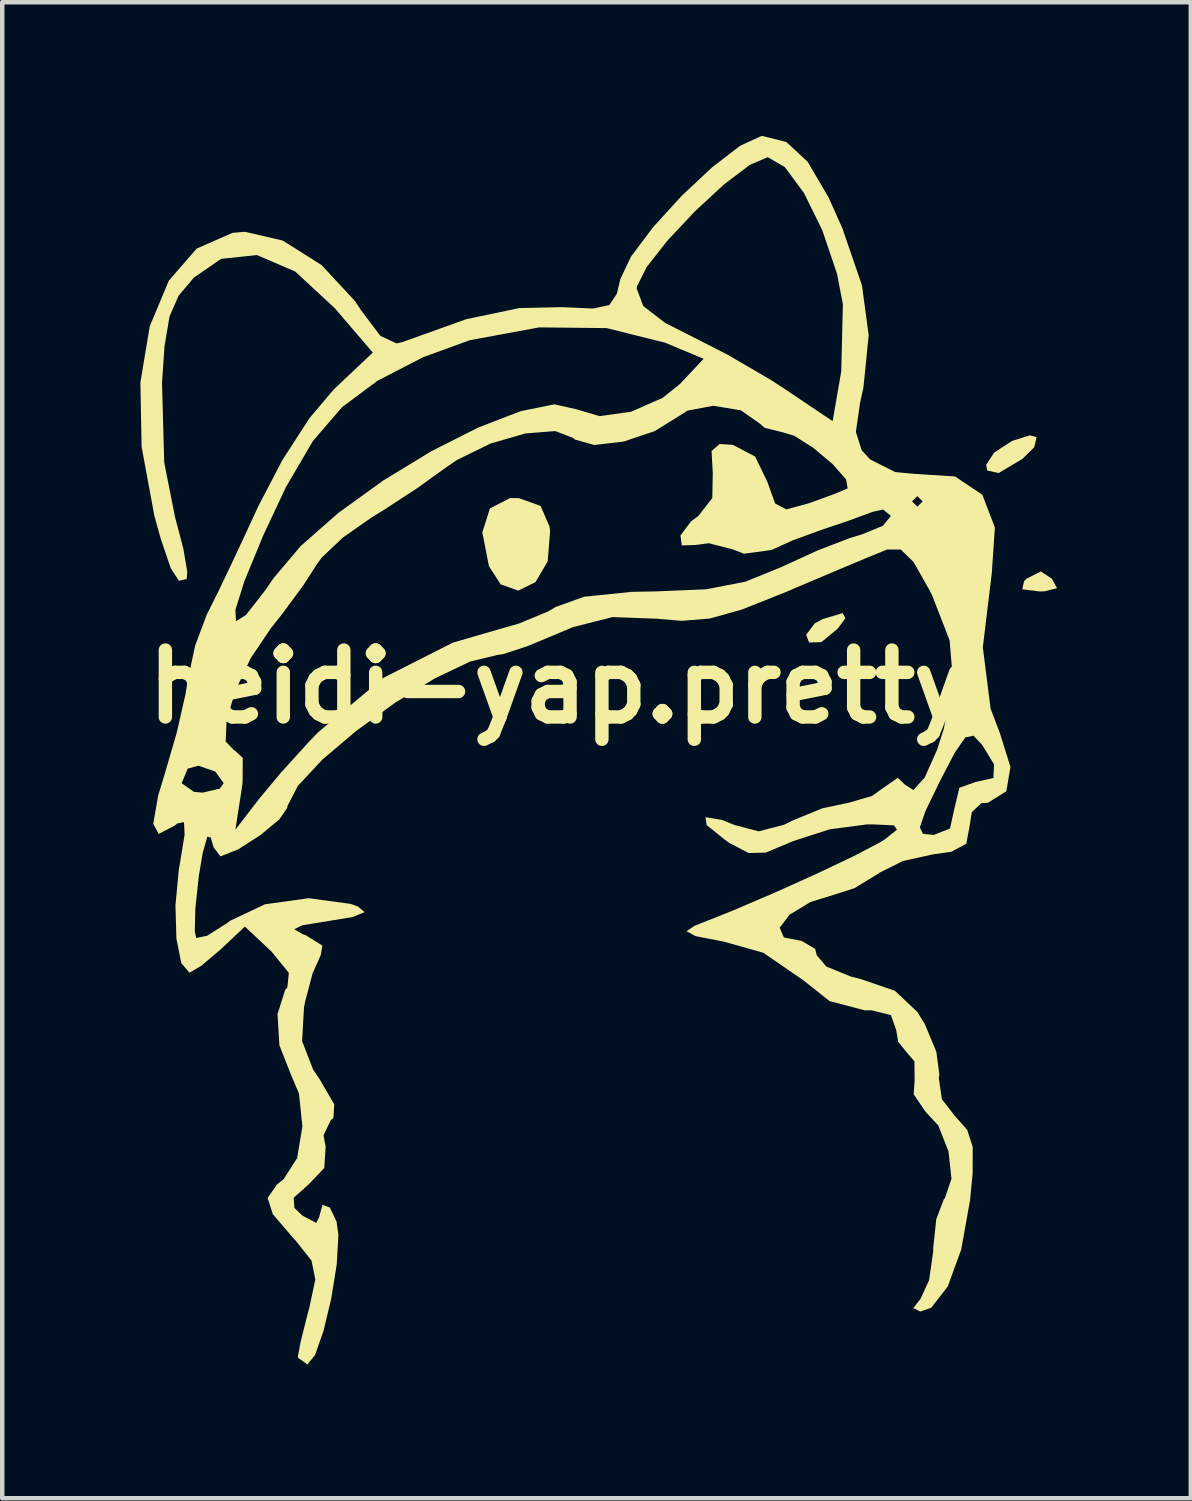
<source format=kicad_pcb>
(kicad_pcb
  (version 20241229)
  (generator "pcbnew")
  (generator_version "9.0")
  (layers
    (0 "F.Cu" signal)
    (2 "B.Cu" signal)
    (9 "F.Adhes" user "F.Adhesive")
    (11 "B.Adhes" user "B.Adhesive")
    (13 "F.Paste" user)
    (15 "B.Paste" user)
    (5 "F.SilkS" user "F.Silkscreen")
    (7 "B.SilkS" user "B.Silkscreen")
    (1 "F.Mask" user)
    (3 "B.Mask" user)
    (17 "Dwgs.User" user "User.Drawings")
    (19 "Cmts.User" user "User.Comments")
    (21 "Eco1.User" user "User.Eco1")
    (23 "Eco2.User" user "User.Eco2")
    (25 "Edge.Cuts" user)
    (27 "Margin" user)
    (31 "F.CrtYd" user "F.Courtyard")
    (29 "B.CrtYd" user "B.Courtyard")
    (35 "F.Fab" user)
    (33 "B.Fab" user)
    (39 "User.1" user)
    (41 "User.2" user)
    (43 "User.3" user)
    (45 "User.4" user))
  (footprint "heidi-yap.pretty"
    (layer "F.Cu")
    (at 9.443 12.344)
    (property "Reference" "heidi-yap.pretty" (at 0 0 0) (layer "F.SilkS") (effects (font (size 1.5 1.5) (thickness 0.3))))
    (attr board_only exclude_from_pos_files exclude_from_bom)
    (fp_poly (pts (xy 6.457 -1.537) (xy 6.291 -1.306) (xy 5.92 -1) (xy 5.643 -0.991) (xy 5.579 -1.162) (xy 5.768 -1.418) (xy 5.954 -1.518) (xy 6.398 -1.65)) (stroke (width 0) (type solid)) (fill yes) (layer "F.SilkS"))
    (fp_poly (pts (xy 11.086 -2.421) (xy 11.203 -2.209) (xy 10.915 -2.138) (xy 10.801 -2.136) (xy 10.424 -2.184) (xy 10.462 -2.363) (xy 10.516 -2.421) (xy 10.839 -2.584)) (stroke (width 0) (type solid)) (fill yes) (layer "F.SilkS"))
    (fp_poly (pts (xy 10.745 -5.595) (xy 10.691 -5.368) (xy 10.428 -5.109) (xy 9.894 -4.79) (xy 9.637 -4.847) (xy 9.614 -4.977) (xy 9.795 -5.25) (xy 10.193 -5.509) (xy 10.592 -5.635)) (stroke (width 0) (type solid)) (fill yes) (layer "F.SilkS"))
    (fp_poly (pts (xy -0.859 -4.226) (xy -0.375 -4.053) (xy -0.175 -3.593) (xy -0.161 -3.487) (xy -0.216 -2.809) (xy -0.489 -2.345) (xy -0.875 -2.154) (xy -1.271 -2.295) (xy -1.533 -2.704) (xy -1.681 -3.46) (xy -1.51 -3.997) (xy -1.058 -4.23)) (stroke (width 0) (type solid)) (fill yes) (layer "F.SilkS"))
    (fp_poly (pts (xy 5.136 -12.21) (xy 5.612 -11.768) (xy 6.087 -10.957) (xy 6.391 -10.274) (xy 6.829 -8.999) (xy 6.98 -7.88) (xy 6.863 -6.713) (xy 6.787 -6.362) (xy 6.693 -5.713) (xy 6.822 -5.302) (xy 7.011 -5.096) (xy 7.573 -4.812) (xy 7.993 -4.772) (xy 8.916 -4.713) (xy 9.528 -4.303) (xy 9.809 -3.57) (xy 9.74 -2.549) (xy 9.539 -0.883) (xy 9.713 0.494) (xy 9.917 1.027) (xy 10.158 1.797) (xy 10.066 2.343) (xy 9.656 2.6) (xy 9.507 2.611) (xy 9.291 2.811) (xy 9.239 3.145) (xy 9.168 3.519) (xy 8.833 3.7) (xy 8.427 3.757) (xy 7.747 3.907) (xy 7.232 4.164) (xy 7.213 4.18) (xy 6.66 4.516) (xy 6.339 4.62) (xy 5.676 4.826) (xy 5.205 5.112) (xy 4.985 5.402) (xy 5.078 5.621) (xy 5.474 5.697) (xy 5.78 5.876) (xy 5.816 6.02) (xy 6.031 6.273) (xy 6.588 6.5) (xy 6.805 6.554) (xy 7.569 6.817) (xy 8.07 7.29) (xy 8.238 7.561) (xy 8.497 8.184) (xy 8.565 8.699) (xy 8.551 8.767) (xy 8.621 9.247) (xy 8.916 9.627) (xy 9.19 9.936) (xy 9.312 10.316) (xy 9.31 10.916) (xy 9.253 11.506) (xy 9.055 12.614) (xy 8.753 13.444) (xy 8.382 13.921) (xy 8.137 14.006) (xy 7.982 13.929) (xy 8.142 13.721) (xy 8.334 13.304) (xy 8.426 12.664) (xy 8.427 12.581) (xy 8.495 11.939) (xy 8.662 11.496) (xy 8.688 11.465) (xy 8.836 11.033) (xy 8.77 10.419) (xy 8.541 9.836) (xy 8.254 9.527) (xy 7.989 9.137) (xy 8.01 8.825) (xy 8.006 8.397) (xy 7.869 8.241) (xy 7.642 7.96) (xy 7.597 7.696) (xy 7.479 7.362) (xy 7.047 7.254) (xy 6.891 7.254) (xy 6.103 7.047) (xy 5.513 6.579) (xy 4.617 5.963) (xy 3.726 5.713) (xy 3.097 5.59) (xy 2.896 5.481) (xy 3.077 5.36) (xy 3.086 5.356) (xy 3.919 5.025) (xy 4.879 4.614) (xy 5.837 4.182) (xy 6.663 3.789) (xy 7.227 3.493) (xy 7.342 3.421) (xy 7.615 3.203) (xy 7.577 3.151) (xy 8.127 3.151) (xy 8.195 3.297) (xy 8.437 3.323) (xy 8.803 3.179) (xy 8.902 2.73) (xy 9.013 2.265) (xy 9.377 2.136) (xy 9.776 2.046) (xy 9.791 1.742) (xy 9.528 1.31) (xy 9.33 1.098) (xy 9.148 1.135) (xy 8.907 1.484) (xy 8.588 2.096) (xy 8.254 2.784) (xy 8.127 3.151) (xy 7.577 3.151) (xy 7.546 3.108) (xy 7.073 3.086) (xy 6.945 3.086) (xy 6.109 3.196) (xy 5.282 3.462) (xy 5.245 3.479) (xy 4.675 3.718) (xy 4.29 3.728) (xy 3.861 3.505) (xy 3.792 3.46) (xy 3.347 3.1) (xy 3.323 2.925) (xy 3.695 2.987) (xy 3.972 3.1) (xy 4.515 3.242) (xy 5.084 3.094) (xy 5.296 2.99) (xy 5.938 2.727) (xy 6.482 2.611) (xy 6.499 2.611) (xy 7.055 2.449) (xy 7.323 2.257) (xy 7.633 2.042) (xy 7.796 2.198) (xy 7.982 2.317) (xy 8.236 2.035) (xy 8.514 1.413) (xy 8.662 0.95) (xy 8.872 -0.117) (xy 8.794 -1.039) (xy 8.404 -2.044) (xy 8.35 -2.153) (xy 7.987 -2.795) (xy 7.7 -3.075) (xy 7.398 -3.076) (xy 7.342 -3.055) (xy 6.911 -2.878) (xy 6.186 -2.574) (xy 5.308 -2.202) (xy 5.125 -2.123) (xy 4.143 -1.732) (xy 3.417 -1.528) (xy 2.782 -1.477) (xy 2.22 -1.525) (xy 1.239 -1.561) (xy 0.347 -1.335) (xy 0.017 -1.195) (xy -0.667 -0.91) (xy -1.199 -0.735) (xy -1.352 -0.71) (xy -1.956 -0.564) (xy -2.75 -0.184) (xy -3.634 0.358) (xy -4.506 0.989) (xy -5.267 1.634) (xy -5.815 2.222) (xy -6.051 2.677) (xy -6.053 2.716) (xy -6.234 2.977) (xy -6.66 3.329) (xy -7.152 3.645) (xy -7.533 3.797) (xy -7.556 3.798) (xy -7.703 3.603) (xy -7.769 3.383) (xy -7.845 3.36) (xy -7.949 3.726) (xy -8.036 4.241) (xy -8.114 4.969) (xy -8.127 5.483) (xy -8.095 5.633) (xy -7.852 5.583) (xy -7.41 5.304) (xy -7.339 5.249) (xy -6.553 4.877) (xy -5.572 4.741) (xy -4.629 4.869) (xy -4.47 4.926) (xy -4.32 5.052) (xy -4.58 5.161) (xy -5.104 5.248) (xy -5.713 5.347) (xy -5.898 5.436) (xy -5.709 5.547) (xy -5.633 5.574) (xy -5.266 5.804) (xy -5.305 6.023) (xy -5.484 6.421) (xy -5.653 7.057) (xy -5.678 7.187) (xy -5.721 7.944) (xy -5.476 8.578) (xy -5.319 8.814) (xy -5 9.363) (xy -5.019 9.668) (xy -5.078 9.717) (xy -5.24 10.054) (xy -5.193 10.316) (xy -5.224 10.788) (xy -5.56 11.143) (xy -5.91 11.457) (xy -5.893 11.685) (xy -5.716 11.854) (xy -5.405 12.02) (xy -5.341 11.898) (xy -5.264 11.614) (xy -5.099 11.675) (xy -4.948 11.991) (xy -4.907 12.285) (xy -4.944 12.947) (xy -5.067 13.712) (xy -5.24 14.438) (xy -5.43 14.979) (xy -5.602 15.193) (xy -5.602 15.193) (xy -5.812 15.044) (xy -5.815 15.014) (xy -5.755 14.69) (xy -5.609 14.104) (xy -5.559 13.919) (xy -5.424 13.287) (xy -5.51 12.864) (xy -5.869 12.412) (xy -5.916 12.363) (xy -6.378 11.823) (xy -6.494 11.461) (xy -6.282 11.156) (xy -6.135 11.04) (xy -5.833 10.568) (xy -5.714 9.858) (xy -5.792 9.116) (xy -5.981 8.671) (xy -6.23 8.037) (xy -6.272 7.338) (xy -6.101 6.798) (xy -6.05 6.739) (xy -6.018 6.415) (xy -6.406 5.938) (xy -7.003 5.377) (xy -7.552 5.893) (xy -7.975 6.252) (xy -8.241 6.409) (xy -8.246 6.409) (xy -8.429 6.197) (xy -8.538 5.649) (xy -8.56 4.902) (xy -8.483 4.09) (xy -8.462 3.972) (xy -8.354 3.313) (xy -8.369 3.036) (xy -8.516 3.064) (xy -8.581 3.116) (xy -8.936 3.3) (xy -9.058 3.073) (xy -8.946 2.433) (xy -8.864 2.164) (xy -8.421 2.164) (xy -8.145 2.357) (xy -7.952 2.374) (xy -7.566 2.285) (xy -7.478 2.162) (xy -7.667 1.902) (xy -8.044 1.771) (xy -8.285 1.836) (xy -8.421 2.164) (xy -8.864 2.164) (xy -8.79 1.92) (xy -8.589 1.229) (xy -7.434 1.229) (xy -7.245 1.424) (xy -7.236 1.424) (xy -7.051 1.596) (xy -7.055 2.145) (xy -7.078 2.314) (xy -7.216 3.205) (xy -6.694 2.525) (xy -6.193 1.924) (xy -5.568 1.235) (xy -5.359 1.018) (xy -3.899 -0.199) (xy -2.344 -0.987) (xy -1.641 -1.192) (xy -0.861 -1.416) (xy -0.207 -1.687) (xy -0.036 -1.788) (xy 0.601 -2.017) (xy 1.671 -2.127) (xy 2.197 -2.136) (xy 3.337 -2.184) (xy 4.214 -2.354) (xy 5.035 -2.687) (xy 5.052 -2.696) (xy 5.836 -3.055) (xy 6.557 -3.333) (xy 6.825 -3.413) (xy 7.297 -3.607) (xy 7.478 -3.828) (xy 7.304 -3.973) (xy 7.062 -3.918) (xy 6.534 -3.723) (xy 5.935 -3.521) (xy 5.28 -3.282) (xy 4.802 -3.065) (xy 4.185 -2.982) (xy 3.929 -3.08) (xy 3.395 -3.217) (xy 3.103 -3.178) (xy 2.791 -3.167) (xy 2.76 -3.389) (xy 2.998 -3.707) (xy 3.159 -3.825) (xy 3.475 -4.229) (xy 3.485 -4.797) (xy 3.458 -5.285) (xy 3.64 -5.441) (xy 3.938 -5.421) (xy 4.435 -5.159) (xy 4.706 -4.6) (xy 4.883 -4.107) (xy 5.134 -3.975) (xy 5.639 -4.112) (xy 5.663 -4.12) (xy 5.756 -4.154) (xy 7.952 -4.154) (xy 8.071 -4.036) (xy 8.19 -4.154) (xy 8.071 -4.273) (xy 7.952 -4.154) (xy 5.756 -4.154) (xy 6.201 -4.317) (xy 6.501 -4.442) (xy 6.509 -4.447) (xy 6.473 -4.648) (xy 6.172 -4.99) (xy 5.74 -5.354) (xy 5.311 -5.626) (xy 5.076 -5.697) (xy 4.649 -5.803) (xy 4.527 -5.908) (xy 4.114 -6.196) (xy 3.497 -6.298) (xy 2.92 -6.19) (xy 2.761 -6.088) (xy 2.182 -5.729) (xy 1.48 -5.494) (xy 0.826 -5.419) (xy 0.391 -5.542) (xy 0.36 -5.574) (xy -0.046 -5.731) (xy -0.714 -5.678) (xy -1.497 -5.451) (xy -2.251 -5.083) (xy -2.533 -4.888) (xy -3.139 -4.452) (xy -3.898 -3.957) (xy -4.157 -3.798) (xy -4.802 -3.347) (xy -5.284 -2.893) (xy -5.4 -2.73) (xy -5.697 -2.268) (xy -6.165 -1.634) (xy -6.425 -1.306) (xy -6.875 -0.636) (xy -7.215 0.086) (xy -7.413 0.745) (xy -7.434 1.229) (xy -8.589 1.229) (xy -8.532 1.034) (xy -8.335 0.169) (xy -8.285 -0.147) (xy -8.117 -0.926) (xy -7.859 -1.614) (xy -7.848 -1.636) (xy -7.804 -1.724) (xy -7.216 -1.724) (xy -7.203 -1.467) (xy -6.978 -1.609) (xy -6.546 -2.163) (xy -6.361 -2.433) (xy -5.751 -3.155) (xy -4.902 -3.901) (xy -3.899 -4.624) (xy -2.829 -5.276) (xy -1.775 -5.809) (xy -0.825 -6.176) (xy -0.064 -6.33) (xy 0.424 -6.221) (xy 0.426 -6.22) (xy 0.949 -6.065) (xy 1.656 -6.165) (xy 2.361 -6.475) (xy 2.749 -6.786) (xy 3.28 -7.351) (xy 2.419 -7.711) (xy 1.105 -8.039) (xy -0.406 -8.055) (xy -1.961 -7.768) (xy -3.005 -7.388) (xy -4.034 -6.857) (xy -4.827 -6.265) (xy -5.479 -5.507) (xy -6.082 -4.478) (xy -6.596 -3.383) (xy -7.014 -2.367) (xy -7.216 -1.724) (xy -7.804 -1.724) (xy -7.594 -2.145) (xy -7.218 -2.934) (xy -6.792 -3.851) (xy -6.702 -4.048) (xy -6.16 -5.086) (xy -5.554 -6.022) (xy -5.01 -6.665) (xy -4.136 -7.49) (xy -4.987 -8.484) (xy -5.875 -9.307) (xy -6.733 -9.677) (xy -7.537 -9.591) (xy -8.149 -9.169) (xy -8.488 -8.767) (xy -8.692 -8.303) (xy -8.805 -7.633) (xy -8.861 -6.813) (xy -8.812 -5.029) (xy -8.57 -3.806) (xy -8.382 -3.09) (xy -8.295 -2.577) (xy -8.309 -2.413) (xy -8.483 -2.375) (xy -8.666 -2.658) (xy -8.89 -3.319) (xy -9.033 -3.833) (xy -9.319 -5.382) (xy -9.346 -6.82) (xy -9.136 -8.081) (xy -8.708 -9.103) (xy -8.083 -9.822) (xy -7.281 -10.174) (xy -7.003 -10.198) (xy -6.154 -10.001) (xy -5.285 -9.452) (xy -4.536 -8.646) (xy -4.398 -8.437) (xy -3.965 -7.864) (xy -3.603 -7.696) (xy -3.473 -7.726) (xy -2.039 -8.239) (xy -0.852 -8.488) (xy 0.103 -8.509) (xy 0.802 -8.478) (xy 1.166 -8.555) (xy 1.335 -8.809) (xy 1.362 -8.925) (xy 1.78 -8.925) (xy 1.927 -8.533) (xy 2.417 -8.155) (xy 2.91 -7.906) (xy 3.822 -7.44) (xy 4.782 -6.88) (xy 5.106 -6.67) (xy 6.172 -5.953) (xy 6.365 -7.069) (xy 6.402 -8.572) (xy 6.271 -9.255) (xy 5.938 -10.239) (xy 5.527 -11.071) (xy 5.1 -11.649) (xy 4.719 -11.869) (xy 4.714 -11.869) (xy 4.314 -11.698) (xy 3.735 -11.258) (xy 3.084 -10.656) (xy 2.47 -10.002) (xy 2.001 -9.404) (xy 1.784 -8.969) (xy 1.78 -8.925) (xy 1.362 -8.925) (xy 1.412 -9.135) (xy 1.652 -9.642) (xy 2.145 -10.299) (xy 2.786 -11.002) (xy 3.473 -11.646) (xy 4.1 -12.127) (xy 4.565 -12.341) (xy 4.605 -12.344)) (stroke (width 0) (type solid)) (fill yes) (layer "F.SilkS")))
  (gr_rect
    (start -3 -3)
    (end 23.645 30.536)
    (stroke (width 0.1) (type default))
    (fill no)
    (layer "Edge.Cuts")))
</source>
